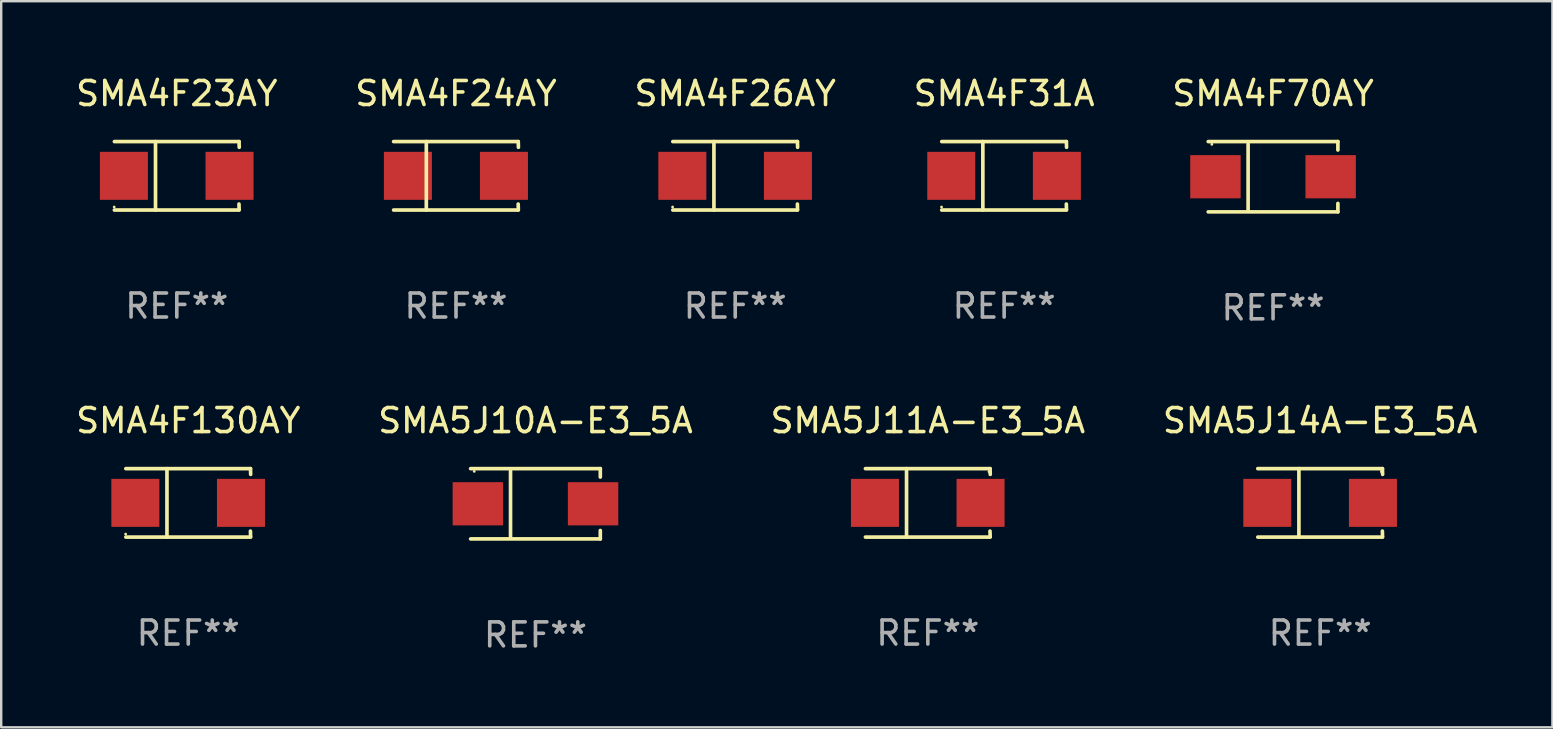
<source format=kicad_pcb>
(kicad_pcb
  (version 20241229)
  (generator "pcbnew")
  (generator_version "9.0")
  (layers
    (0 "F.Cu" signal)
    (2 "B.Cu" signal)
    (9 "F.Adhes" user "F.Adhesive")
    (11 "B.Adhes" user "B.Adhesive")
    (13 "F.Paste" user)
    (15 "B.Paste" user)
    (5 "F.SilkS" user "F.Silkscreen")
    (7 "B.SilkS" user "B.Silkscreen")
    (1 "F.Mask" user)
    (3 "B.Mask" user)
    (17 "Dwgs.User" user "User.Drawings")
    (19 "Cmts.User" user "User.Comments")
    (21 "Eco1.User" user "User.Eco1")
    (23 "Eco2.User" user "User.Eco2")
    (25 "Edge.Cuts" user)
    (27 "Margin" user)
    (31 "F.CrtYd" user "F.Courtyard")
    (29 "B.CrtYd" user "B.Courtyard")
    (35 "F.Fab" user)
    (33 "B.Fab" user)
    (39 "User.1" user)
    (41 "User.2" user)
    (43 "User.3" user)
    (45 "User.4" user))
  (footprint "SMA4F31A"
    (layer "F.Cu")
    (at 38.78 4.274)
    (property "Reference" "SMA4F31A" (at 0 -3.426 0) (layer "F.SilkS") (effects (font (size 1 1) (thickness 0.15))))
    (attr through_hole)
    (fp_line (start -2.6 -1.426) (end 2.593 -1.426) (stroke (width 0.152) (type solid)) (layer "F.SilkS"))
    (fp_line (start -2.6 1.426) (end 2.593 1.426) (stroke (width 0.152) (type solid)) (layer "F.SilkS"))
    (fp_line (start -0.887 -1.426) (end -0.887 1.426) (stroke (width 0.152) (type solid)) (layer "F.SilkS"))
    (fp_line (start 2.59 1.176) (end 2.597 1.415) (stroke (width 0.152) (type solid)) (layer "F.SilkS"))
    (fp_line (start 2.593 -1.426) (end 2.6 -1.187) (stroke (width 0.152) (type solid)) (layer "F.SilkS"))
    (fp_circle (center -2.608 1.3) (end -2.578 1.3) (stroke (width 0.06) (type solid)) (fill no) (layer "F.SilkS"))
    (fp_text user "REF**" (at 0 5.426 0) (layer "F.Fab") (effects (font (size 1 1) (thickness 0.15))))
    (pad "1" smd rect (at -2.203 0 180) (size 2 2) (layers "F.Cu" "F.Mask" "F.Paste"))
    (pad "2" smd rect (at 2.197 0 180) (size 2 2) (layers "F.Cu" "F.Mask" "F.Paste")))
  (footprint "SMA4F130AY"
    (layer "F.Cu")
    (at 4.792 17.898)
    (property "Reference" "SMA4F130AY" (at 0 -3.426 0) (layer "F.SilkS") (effects (font (size 1 1) (thickness 0.15))))
    (attr through_hole)
    (fp_line (start -2.6 -1.426) (end 2.593 -1.426) (stroke (width 0.152) (type solid)) (layer "F.SilkS"))
    (fp_line (start -2.6 1.426) (end 2.593 1.426) (stroke (width 0.152) (type solid)) (layer "F.SilkS"))
    (fp_line (start -0.887 -1.426) (end -0.887 1.426) (stroke (width 0.152) (type solid)) (layer "F.SilkS"))
    (fp_line (start 2.59 1.176) (end 2.597 1.415) (stroke (width 0.152) (type solid)) (layer "F.SilkS"))
    (fp_line (start 2.593 -1.426) (end 2.6 -1.187) (stroke (width 0.152) (type solid)) (layer "F.SilkS"))
    (fp_circle (center -2.608 1.3) (end -2.578 1.3) (stroke (width 0.06) (type solid)) (fill no) (layer "F.SilkS"))
    (fp_text user "REF**" (at 0 5.426 0) (layer "F.Fab") (effects (font (size 1 1) (thickness 0.15))))
    (pad "1" smd rect (at -2.203 0 180) (size 2 2) (layers "F.Cu" "F.Mask" "F.Paste"))
    (pad "2" smd rect (at 2.197 0 180) (size 2 2) (layers "F.Cu" "F.Mask" "F.Paste")))
  (footprint "SMA5J11A-E3_5A"
    (layer "F.Cu")
    (at 35.601 17.898)
    (property "Reference" "SMA5J11A-E3_5A" (at 0 -3.426 0) (layer "F.SilkS") (effects (font (size 1 1) (thickness 0.15))))
    (attr through_hole)
    (fp_line (start -2.6 -1.426) (end 2.593 -1.426) (stroke (width 0.152) (type solid)) (layer "F.SilkS"))
    (fp_line (start -2.6 1.426) (end 2.593 1.426) (stroke (width 0.152) (type solid)) (layer "F.SilkS"))
    (fp_line (start -0.887 -1.426) (end -0.887 1.426) (stroke (width 0.152) (type solid)) (layer "F.SilkS"))
    (fp_line (start 2.59 1.176) (end 2.597 1.415) (stroke (width 0.152) (type solid)) (layer "F.SilkS"))
    (fp_line (start 2.593 -1.426) (end 2.6 -1.187) (stroke (width 0.152) (type solid)) (layer "F.SilkS"))
    (fp_circle (center 2.547 -1.3) (end 2.577 -1.3) (stroke (width 0.06) (type solid)) (fill no) (layer "F.SilkS"))
    (fp_text user "REF**" (at 0 5.426 0) (layer "F.Fab") (effects (font (size 1 1) (thickness 0.15))))
    (pad "1" smd rect (at 2.197 -0.000025 180) (size 2 2) (layers "F.Cu" "F.Mask" "F.Paste"))
    (pad "2" smd rect (at -2.203 -0.000025 180) (size 2 2) (layers "F.Cu" "F.Mask" "F.Paste")))
  (footprint "SMA4F26AY"
    (layer "F.Cu")
    (at 27.577 4.274)
    (property "Reference" "SMA4F26AY" (at 0 -3.426 0) (layer "F.SilkS") (effects (font (size 1 1) (thickness 0.15))))
    (attr through_hole)
    (fp_line (start -2.6 -1.426) (end 2.593 -1.426) (stroke (width 0.152) (type solid)) (layer "F.SilkS"))
    (fp_line (start -2.6 1.426) (end 2.593 1.426) (stroke (width 0.152) (type solid)) (layer "F.SilkS"))
    (fp_line (start -0.887 -1.426) (end -0.887 1.426) (stroke (width 0.152) (type solid)) (layer "F.SilkS"))
    (fp_line (start 2.59 1.176) (end 2.597 1.415) (stroke (width 0.152) (type solid)) (layer "F.SilkS"))
    (fp_line (start 2.593 -1.426) (end 2.6 -1.187) (stroke (width 0.152) (type solid)) (layer "F.SilkS"))
    (fp_circle (center -2.608 1.3) (end -2.578 1.3) (stroke (width 0.06) (type solid)) (fill no) (layer "F.SilkS"))
    (fp_text user "REF**" (at 0 5.426 0) (layer "F.Fab") (effects (font (size 1 1) (thickness 0.15))))
    (pad "1" smd rect (at -2.203 0 180) (size 2 2) (layers "F.Cu" "F.Mask" "F.Paste"))
    (pad "2" smd rect (at 2.197 0 180) (size 2 2) (layers "F.Cu" "F.Mask" "F.Paste")))
  (footprint "SMA5J10A-E3_5A"
    (layer "F.Cu")
    (at 19.256 17.936)
    (property "Reference" "SMA5J10A-E3_5A" (at 0 -3.464 0) (layer "F.SilkS") (effects (font (size 1 1) (thickness 0.15))))
    (attr through_hole)
    (fp_line (start -2.701 -1.464) (end 2.701 -1.464) (stroke (width 0.152) (type solid)) (layer "F.SilkS"))
    (fp_line (start -2.701 1.464) (end 2.701 1.464) (stroke (width 0.152) (type solid)) (layer "F.SilkS"))
    (fp_line (start -1.039 -1.364) (end -1.039 1.364) (stroke (width 0.152) (type solid)) (layer "F.SilkS"))
    (fp_line (start 2.701 -1.464) (end 2.701 -1.113) (stroke (width 0.152) (type solid)) (layer "F.SilkS"))
    (fp_line (start 2.701 1.464) (end 2.701 1.113) (stroke (width 0.152) (type solid)) (layer "F.SilkS"))
    (fp_circle (center -2.55 -1.35) (end -2.52 -1.35) (stroke (width 0.06) (type solid)) (fill no) (layer "F.SilkS"))
    (fp_text user "REF**" (at 0 5.464 0) (layer "F.Fab") (effects (font (size 1 1) (thickness 0.15))))
    (pad "1" smd rect (at -2.4 0) (size 2.1 1.8) (layers "F.Cu" "F.Mask" "F.Paste"))
    (pad "2" smd rect (at 2.4 0) (size 2.1 1.8) (layers "F.Cu" "F.Mask" "F.Paste")))
  (footprint "SMA4F24AY"
    (layer "F.Cu")
    (at 15.946 4.274)
    (property "Reference" "SMA4F24AY" (at 0 -3.426 0) (layer "F.SilkS") (effects (font (size 1 1) (thickness 0.15))))
    (attr through_hole)
    (fp_line (start -2.6 -1.426) (end 2.593 -1.426) (stroke (width 0.152) (type solid)) (layer "F.SilkS"))
    (fp_line (start -2.6 1.426) (end 2.593 1.426) (stroke (width 0.152) (type solid)) (layer "F.SilkS"))
    (fp_line (start -1.237 -1.426) (end -1.237 1.426) (stroke (width 0.152) (type solid)) (layer "F.SilkS"))
    (fp_line (start 2.59 1.176) (end 2.597 1.415) (stroke (width 0.152) (type solid)) (layer "F.SilkS"))
    (fp_line (start 2.593 -1.426) (end 2.6 -1.187) (stroke (width 0.152) (type solid)) (layer "F.SilkS"))
    (fp_circle (center 2.602 -1.3) (end 2.632 -1.3) (stroke (width 0.06) (type solid)) (fill no) (layer "F.SilkS"))
    (fp_text user "REF**" (at 0 5.426 0) (layer "F.Fab") (effects (font (size 1 1) (thickness 0.15))))
    (pad "1" smd rect (at 1.997 0 180) (size 2 2) (layers "F.Cu" "F.Mask" "F.Paste"))
    (pad "2" smd rect (at -2.004 0 180) (size 2 2) (layers "F.Cu" "F.Mask" "F.Paste")))
  (footprint "SMA5J14A-E3_5A"
    (layer "F.Cu")
    (at 51.946 17.898)
    (property "Reference" "SMA5J14A-E3_5A" (at 0 -3.426 0) (layer "F.SilkS") (effects (font (size 1 1) (thickness 0.15))))
    (attr through_hole)
    (fp_line (start -2.6 -1.426) (end 2.593 -1.426) (stroke (width 0.152) (type solid)) (layer "F.SilkS"))
    (fp_line (start -2.6 1.426) (end 2.593 1.426) (stroke (width 0.152) (type solid)) (layer "F.SilkS"))
    (fp_line (start -0.887 -1.426) (end -0.887 1.426) (stroke (width 0.152) (type solid)) (layer "F.SilkS"))
    (fp_line (start 2.59 1.176) (end 2.597 1.415) (stroke (width 0.152) (type solid)) (layer "F.SilkS"))
    (fp_line (start 2.593 -1.426) (end 2.6 -1.187) (stroke (width 0.152) (type solid)) (layer "F.SilkS"))
    (fp_circle (center 2.547 -1.3) (end 2.577 -1.3) (stroke (width 0.06) (type solid)) (fill no) (layer "F.SilkS"))
    (fp_text user "REF**" (at 0 5.426 0) (layer "F.Fab") (effects (font (size 1 1) (thickness 0.15))))
    (pad "1" smd rect (at 2.197 -0.000025 180) (size 2 2) (layers "F.Cu" "F.Mask" "F.Paste"))
    (pad "2" smd rect (at -2.203 -0.000025 180) (size 2 2) (layers "F.Cu" "F.Mask" "F.Paste")))
  (footprint "SMA4F23AY"
    (layer "F.Cu")
    (at 4.315 4.274)
    (property "Reference" "SMA4F23AY" (at 0 -3.426 0) (layer "F.SilkS") (effects (font (size 1 1) (thickness 0.15))))
    (attr through_hole)
    (fp_line (start -2.6 -1.426) (end 2.593 -1.426) (stroke (width 0.152) (type solid)) (layer "F.SilkS"))
    (fp_line (start -2.6 1.426) (end 2.593 1.426) (stroke (width 0.152) (type solid)) (layer "F.SilkS"))
    (fp_line (start -0.887 -1.426) (end -0.887 1.426) (stroke (width 0.152) (type solid)) (layer "F.SilkS"))
    (fp_line (start 2.59 1.176) (end 2.597 1.415) (stroke (width 0.152) (type solid)) (layer "F.SilkS"))
    (fp_line (start 2.593 -1.426) (end 2.6 -1.187) (stroke (width 0.152) (type solid)) (layer "F.SilkS"))
    (fp_circle (center -2.608 1.3) (end -2.578 1.3) (stroke (width 0.06) (type solid)) (fill no) (layer "F.SilkS"))
    (fp_text user "REF**" (at 0 5.426 0) (layer "F.Fab") (effects (font (size 1 1) (thickness 0.15))))
    (pad "1" smd rect (at -2.203 0 180) (size 2 2) (layers "F.Cu" "F.Mask" "F.Paste"))
    (pad "2" smd rect (at 2.197 0 180) (size 2 2) (layers "F.Cu" "F.Mask" "F.Paste")))
  (footprint "SMA4F70AY"
    (layer "F.Cu")
    (at 49.982 4.312)
    (property "Reference" "SMA4F70AY" (at 0 -3.464 0) (layer "F.SilkS") (effects (font (size 1 1) (thickness 0.15))))
    (attr through_hole)
    (fp_line (start -2.701 -1.464) (end 2.701 -1.464) (stroke (width 0.152) (type solid)) (layer "F.SilkS"))
    (fp_line (start -2.701 1.464) (end 2.701 1.464) (stroke (width 0.152) (type solid)) (layer "F.SilkS"))
    (fp_line (start -1.039 -1.364) (end -1.039 1.364) (stroke (width 0.152) (type solid)) (layer "F.SilkS"))
    (fp_line (start 2.701 -1.464) (end 2.701 -1.113) (stroke (width 0.152) (type solid)) (layer "F.SilkS"))
    (fp_line (start 2.701 1.464) (end 2.701 1.113) (stroke (width 0.152) (type solid)) (layer "F.SilkS"))
    (fp_circle (center -2.55 -1.35) (end -2.52 -1.35) (stroke (width 0.06) (type solid)) (fill no) (layer "F.SilkS"))
    (fp_text user "REF**" (at 0 5.464 0) (layer "F.Fab") (effects (font (size 1 1) (thickness 0.15))))
    (pad "1" smd rect (at -2.4 0) (size 2.1 1.8) (layers "F.Cu" "F.Mask" "F.Paste"))
    (pad "2" smd rect (at 2.4 0) (size 2.1 1.8) (layers "F.Cu" "F.Mask" "F.Paste")))
  (gr_rect
    (start -3 -3)
    (end 61.619 27.248)
    (stroke (width 0.1) (type default))
    (fill no)
    (layer "Edge.Cuts")))
</source>
